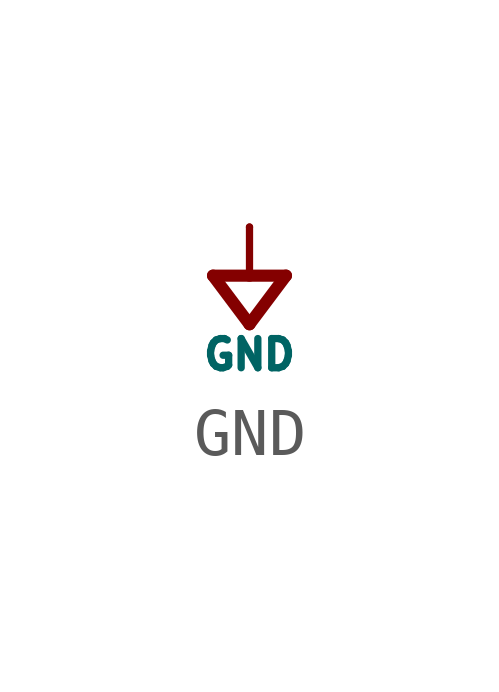
<source format=kicad_sym>
(kicad_symbol_lib
  (version 20211014)
  (generator kicad_symbol_editor)
  (symbol "GND"
    (power)
    (property "Reference" "#SUPPLY"
      (at 0 0 0)
      (effects (font (size 1.27 1.27)) hide))
    (property "Value" "GND"
      (at 0 -2.667 0)
      (effects (font (size 0.61 0.61))))
    (property "ki_locked" ""
      (at 0 0 0)
      (effects (font (size 1.27 1.27))))
    (symbol "GND_1_0"
      (polyline (pts (xy -0.762 -1.016) (xy 0 -1.016)) (stroke (width 0.254) (type default) (color 0 0 0 0)) (fill (type none)))
      (polyline (pts (xy 0 -2.032) (xy -0.762 -1.016)) (stroke (width 0.254) (type default) (color 0 0 0 0)) (fill (type none)))
      (polyline (pts (xy 0 -1.016) (xy 0.762 -1.016)) (stroke (width 0.254) (type default) (color 0 0 0 0)) (fill (type none)))
      (polyline (pts (xy 0 0) (xy 0 -1.016)) (stroke (width 0.152) (type default) (color 0 0 0 0)) (fill (type none)))
      (polyline (pts (xy 0.762 -1.016) (xy 0 -2.032)) (stroke (width 0.254) (type default) (color 0 0 0 0)) (fill (type none)))
      (pin power_in line (at 0 0 270) (length 0) (name "GND" (effects (font (size 0 0)))) (number "1" (effects (font (size 0 0))))))))
</source>
